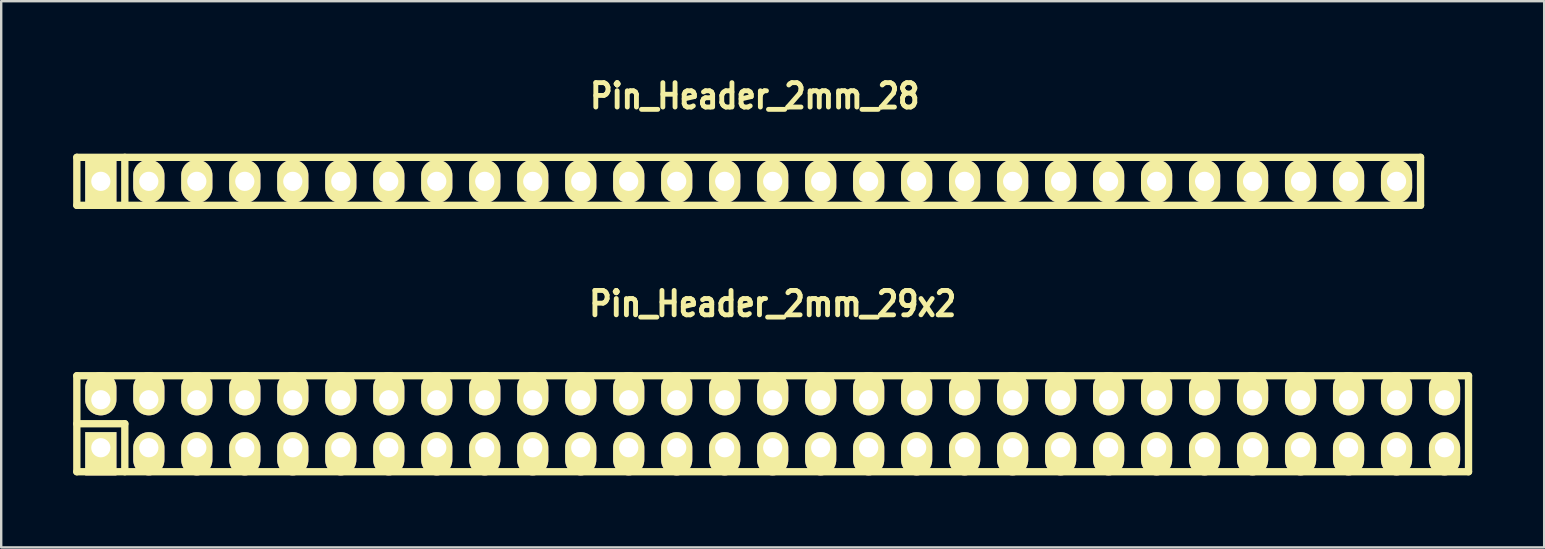
<source format=kicad_pcb>
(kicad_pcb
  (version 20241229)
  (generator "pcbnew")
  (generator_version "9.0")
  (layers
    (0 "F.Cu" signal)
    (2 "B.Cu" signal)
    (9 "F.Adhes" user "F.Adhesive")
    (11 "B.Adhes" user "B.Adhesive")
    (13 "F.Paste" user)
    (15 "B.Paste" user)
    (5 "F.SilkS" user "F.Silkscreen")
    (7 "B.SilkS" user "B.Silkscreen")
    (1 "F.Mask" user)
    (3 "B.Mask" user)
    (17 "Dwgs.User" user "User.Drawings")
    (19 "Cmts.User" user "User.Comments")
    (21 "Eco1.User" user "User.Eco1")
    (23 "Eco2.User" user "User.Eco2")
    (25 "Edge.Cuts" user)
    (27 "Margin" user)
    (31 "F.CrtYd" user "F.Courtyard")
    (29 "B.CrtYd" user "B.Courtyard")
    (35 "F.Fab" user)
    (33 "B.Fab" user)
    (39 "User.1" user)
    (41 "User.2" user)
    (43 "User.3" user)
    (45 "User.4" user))
  (footprint "Pin_Header_2mm_29x2"
    (layer "F.Cu")
    (at 29.152 14.61)
    (property "Reference" "Pin_Header_2mm_29x2" (at 0 -5 0) (layer "F.SilkS") (effects (font (size 1.016 0.889) (thickness 0.203))))
    (attr through_hole)
    (fp_line (start -29 -2) (end 29 -2) (stroke (width 0.305) (type solid)) (layer "F.SilkS"))
    (fp_line (start -29 0) (end -27 0) (stroke (width 0.305) (type solid)) (layer "F.SilkS"))
    (fp_line (start -29 2) (end -29 -2) (stroke (width 0.305) (type solid)) (layer "F.SilkS"))
    (fp_line (start -27 0) (end -27 2) (stroke (width 0.305) (type solid)) (layer "F.SilkS"))
    (fp_line (start 29 -2) (end 29 2) (stroke (width 0.305) (type solid)) (layer "F.SilkS"))
    (fp_line (start 29 2) (end -29 2) (stroke (width 0.305) (type solid)) (layer "F.SilkS"))
    (pad "1" thru_hole rect (at -28 1) (size 1.3 1.8) (drill 0.8 (offset 0 0.25)) (layers "*.Cu" "*.Mask" "F.SilkS"))
    (pad "2" thru_hole oval (at -28 -1) (size 1.3 1.8) (drill 0.8 (offset 0 -0.25)) (layers "*.Cu" "*.Mask" "F.SilkS"))
    (pad "3" thru_hole oval (at -26 1) (size 1.3 1.8) (drill 0.8 (offset 0 0.25)) (layers "*.Cu" "*.Mask" "F.SilkS"))
    (pad "4" thru_hole oval (at -26 -1) (size 1.3 1.8) (drill 0.8 (offset 0 -0.25)) (layers "*.Cu" "*.Mask" "F.SilkS"))
    (pad "5" thru_hole oval (at -24 1) (size 1.3 1.8) (drill 0.8 (offset 0 0.25)) (layers "*.Cu" "*.Mask" "F.SilkS"))
    (pad "6" thru_hole oval (at -24 -1) (size 1.3 1.8) (drill 0.8 (offset 0 -0.25)) (layers "*.Cu" "*.Mask" "F.SilkS"))
    (pad "7" thru_hole oval (at -22 1) (size 1.3 1.8) (drill 0.8 (offset 0 0.25)) (layers "*.Cu" "*.Mask" "F.SilkS"))
    (pad "8" thru_hole oval (at -22 -1) (size 1.3 1.8) (drill 0.8 (offset 0 -0.25)) (layers "*.Cu" "*.Mask" "F.SilkS"))
    (pad "9" thru_hole oval (at -20 1) (size 1.3 1.8) (drill 0.8 (offset 0 0.25)) (layers "*.Cu" "*.Mask" "F.SilkS"))
    (pad "10" thru_hole oval (at -20 -1) (size 1.3 1.8) (drill 0.8 (offset 0 -0.25)) (layers "*.Cu" "*.Mask" "F.SilkS"))
    (pad "11" thru_hole oval (at -18 1) (size 1.3 1.8) (drill 0.8 (offset 0 0.25)) (layers "*.Cu" "*.Mask" "F.SilkS"))
    (pad "12" thru_hole oval (at -18 -1) (size 1.3 1.8) (drill 0.8 (offset 0 -0.25)) (layers "*.Cu" "*.Mask" "F.SilkS"))
    (pad "13" thru_hole oval (at -16 1) (size 1.3 1.8) (drill 0.8 (offset 0 0.25)) (layers "*.Cu" "*.Mask" "F.SilkS"))
    (pad "14" thru_hole oval (at -16 -1) (size 1.3 1.8) (drill 0.8 (offset 0 -0.25)) (layers "*.Cu" "*.Mask" "F.SilkS"))
    (pad "15" thru_hole oval (at -14 1) (size 1.3 1.8) (drill 0.8 (offset 0 0.25)) (layers "*.Cu" "*.Mask" "F.SilkS"))
    (pad "16" thru_hole oval (at -14 -1) (size 1.3 1.8) (drill 0.8 (offset 0 -0.25)) (layers "*.Cu" "*.Mask" "F.SilkS"))
    (pad "17" thru_hole oval (at -12 1) (size 1.3 1.8) (drill 0.8 (offset 0 0.25)) (layers "*.Cu" "*.Mask" "F.SilkS"))
    (pad "18" thru_hole oval (at -12 -1) (size 1.3 1.8) (drill 0.8 (offset 0 -0.25)) (layers "*.Cu" "*.Mask" "F.SilkS"))
    (pad "19" thru_hole oval (at -10 1) (size 1.3 1.8) (drill 0.8 (offset 0 0.25)) (layers "*.Cu" "*.Mask" "F.SilkS"))
    (pad "20" thru_hole oval (at -10 -1) (size 1.3 1.8) (drill 0.8 (offset 0 -0.25)) (layers "*.Cu" "*.Mask" "F.SilkS"))
    (pad "21" thru_hole oval (at -8 1) (size 1.3 1.8) (drill 0.8 (offset 0 0.25)) (layers "*.Cu" "*.Mask" "F.SilkS"))
    (pad "22" thru_hole oval (at -8 -1) (size 1.3 1.8) (drill 0.8 (offset 0 -0.25)) (layers "*.Cu" "*.Mask" "F.SilkS"))
    (pad "23" thru_hole oval (at -6 1) (size 1.3 1.8) (drill 0.8 (offset 0 0.25)) (layers "*.Cu" "*.Mask" "F.SilkS"))
    (pad "24" thru_hole oval (at -6 -1) (size 1.3 1.8) (drill 0.8 (offset 0 -0.25)) (layers "*.Cu" "*.Mask" "F.SilkS"))
    (pad "25" thru_hole oval (at -4 1) (size 1.3 1.8) (drill 0.8 (offset 0 0.25)) (layers "*.Cu" "*.Mask" "F.SilkS"))
    (pad "26" thru_hole oval (at -4 -1) (size 1.3 1.8) (drill 0.8 (offset 0 -0.25)) (layers "*.Cu" "*.Mask" "F.SilkS"))
    (pad "27" thru_hole oval (at -2 1) (size 1.3 1.8) (drill 0.8 (offset 0 0.25)) (layers "*.Cu" "*.Mask" "F.SilkS"))
    (pad "28" thru_hole oval (at -2 -1) (size 1.3 1.8) (drill 0.8 (offset 0 -0.25)) (layers "*.Cu" "*.Mask" "F.SilkS"))
    (pad "29" thru_hole oval (at 0 1) (size 1.3 1.8) (drill 0.8 (offset 0 0.25)) (layers "*.Cu" "*.Mask" "F.SilkS"))
    (pad "30" thru_hole oval (at 0 -1) (size 1.3 1.8) (drill 0.8 (offset 0 -0.25)) (layers "*.Cu" "*.Mask" "F.SilkS"))
    (pad "31" thru_hole oval (at 2 1) (size 1.3 1.8) (drill 0.8 (offset 0 0.25)) (layers "*.Cu" "*.Mask" "F.SilkS"))
    (pad "32" thru_hole oval (at 2 -1) (size 1.3 1.8) (drill 0.8 (offset 0 -0.25)) (layers "*.Cu" "*.Mask" "F.SilkS"))
    (pad "33" thru_hole oval (at 4 1) (size 1.3 1.8) (drill 0.8 (offset 0 0.25)) (layers "*.Cu" "*.Mask" "F.SilkS"))
    (pad "34" thru_hole oval (at 4 -1) (size 1.3 1.8) (drill 0.8 (offset 0 -0.25)) (layers "*.Cu" "*.Mask" "F.SilkS"))
    (pad "35" thru_hole oval (at 6 1) (size 1.3 1.8) (drill 0.8 (offset 0 0.25)) (layers "*.Cu" "*.Mask" "F.SilkS"))
    (pad "36" thru_hole oval (at 6 -1) (size 1.3 1.8) (drill 0.8 (offset 0 -0.25)) (layers "*.Cu" "*.Mask" "F.SilkS"))
    (pad "37" thru_hole oval (at 8 1) (size 1.3 1.8) (drill 0.8 (offset 0 0.25)) (layers "*.Cu" "*.Mask" "F.SilkS"))
    (pad "38" thru_hole oval (at 8 -1) (size 1.3 1.8) (drill 0.8 (offset 0 -0.25)) (layers "*.Cu" "*.Mask" "F.SilkS"))
    (pad "39" thru_hole oval (at 10 1) (size 1.3 1.8) (drill 0.8 (offset 0 0.25)) (layers "*.Cu" "*.Mask" "F.SilkS"))
    (pad "40" thru_hole oval (at 10 -1) (size 1.3 1.8) (drill 0.8 (offset 0 -0.25)) (layers "*.Cu" "*.Mask" "F.SilkS"))
    (pad "41" thru_hole oval (at 12 1) (size 1.3 1.8) (drill 0.8 (offset 0 0.25)) (layers "*.Cu" "*.Mask" "F.SilkS"))
    (pad "42" thru_hole oval (at 12 -1) (size 1.3 1.8) (drill 0.8 (offset 0 -0.25)) (layers "*.Cu" "*.Mask" "F.SilkS"))
    (pad "43" thru_hole oval (at 14 1) (size 1.3 1.8) (drill 0.8 (offset 0 0.25)) (layers "*.Cu" "*.Mask" "F.SilkS"))
    (pad "44" thru_hole oval (at 14 -1) (size 1.3 1.8) (drill 0.8 (offset 0 -0.25)) (layers "*.Cu" "*.Mask" "F.SilkS"))
    (pad "45" thru_hole oval (at 16 1) (size 1.3 1.8) (drill 0.8 (offset 0 0.25)) (layers "*.Cu" "*.Mask" "F.SilkS"))
    (pad "46" thru_hole oval (at 16 -1) (size 1.3 1.8) (drill 0.8 (offset 0 -0.25)) (layers "*.Cu" "*.Mask" "F.SilkS"))
    (pad "47" thru_hole oval (at 18 1) (size 1.3 1.8) (drill 0.8 (offset 0 0.25)) (layers "*.Cu" "*.Mask" "F.SilkS"))
    (pad "48" thru_hole oval (at 18 -1) (size 1.3 1.8) (drill 0.8 (offset 0 -0.25)) (layers "*.Cu" "*.Mask" "F.SilkS"))
    (pad "49" thru_hole oval (at 20 1) (size 1.3 1.8) (drill 0.8 (offset 0 0.25)) (layers "*.Cu" "*.Mask" "F.SilkS"))
    (pad "50" thru_hole oval (at 20 -1) (size 1.3 1.8) (drill 0.8 (offset 0 -0.25)) (layers "*.Cu" "*.Mask" "F.SilkS"))
    (pad "51" thru_hole oval (at 22 1) (size 1.3 1.8) (drill 0.8 (offset 0 0.25)) (layers "*.Cu" "*.Mask" "F.SilkS"))
    (pad "52" thru_hole oval (at 22 -1) (size 1.3 1.8) (drill 0.8 (offset 0 -0.25)) (layers "*.Cu" "*.Mask" "F.SilkS"))
    (pad "53" thru_hole oval (at 24 1) (size 1.3 1.8) (drill 0.8 (offset 0 0.25)) (layers "*.Cu" "*.Mask" "F.SilkS"))
    (pad "54" thru_hole oval (at 24 -1) (size 1.3 1.8) (drill 0.8 (offset 0 -0.25)) (layers "*.Cu" "*.Mask" "F.SilkS"))
    (pad "55" thru_hole oval (at 26 1) (size 1.3 1.8) (drill 0.8 (offset 0 0.25)) (layers "*.Cu" "*.Mask" "F.SilkS"))
    (pad "56" thru_hole oval (at 26 -1) (size 1.3 1.8) (drill 0.8 (offset 0 -0.25)) (layers "*.Cu" "*.Mask" "F.SilkS"))
    (pad "57" thru_hole oval (at 28 1) (size 1.3 1.8) (drill 0.8 (offset 0 0.25)) (layers "*.Cu" "*.Mask" "F.SilkS"))
    (pad "58" thru_hole oval (at 28 -1) (size 1.3 1.8) (drill 0.8 (offset 0 -0.25)) (layers "*.Cu" "*.Mask" "F.SilkS")))
  (footprint "Pin_Header_2mm_28"
    (layer "F.Cu")
    (at 28.152 4.507)
    (property "Reference" "Pin_Header_2mm_28" (at 0.254 -3.556 0) (layer "F.SilkS") (effects (font (size 1.016 0.889) (thickness 0.203))))
    (attr through_hole)
    (fp_line (start -28 -1) (end 28 -1) (stroke (width 0.305) (type solid)) (layer "F.SilkS"))
    (fp_line (start -28 1) (end -28 -1) (stroke (width 0.305) (type solid)) (layer "F.SilkS"))
    (fp_line (start -26 -1) (end -26 1) (stroke (width 0.305) (type solid)) (layer "F.SilkS"))
    (fp_line (start 28 -1) (end 28 1) (stroke (width 0.305) (type solid)) (layer "F.SilkS"))
    (fp_line (start 28 1) (end -28 1) (stroke (width 0.305) (type solid)) (layer "F.SilkS"))
    (pad "1" thru_hole rect (at -27 0) (size 1.3 1.8) (drill 0.8) (layers "*.Cu" "*.Mask" "F.SilkS"))
    (pad "2" thru_hole oval (at -25 0) (size 1.3 1.8) (drill 0.8) (layers "*.Cu" "*.Mask" "F.SilkS"))
    (pad "3" thru_hole oval (at -23 0) (size 1.3 1.8) (drill 0.8) (layers "*.Cu" "*.Mask" "F.SilkS"))
    (pad "4" thru_hole oval (at -21 0) (size 1.3 1.8) (drill 0.8) (layers "*.Cu" "*.Mask" "F.SilkS"))
    (pad "5" thru_hole oval (at -19 0) (size 1.3 1.8) (drill 0.8) (layers "*.Cu" "*.Mask" "F.SilkS"))
    (pad "6" thru_hole oval (at -17 0) (size 1.3 1.8) (drill 0.8) (layers "*.Cu" "*.Mask" "F.SilkS"))
    (pad "7" thru_hole oval (at -15 0) (size 1.3 1.8) (drill 0.8) (layers "*.Cu" "*.Mask" "F.SilkS"))
    (pad "8" thru_hole oval (at -13 0) (size 1.3 1.8) (drill 0.8) (layers "*.Cu" "*.Mask" "F.SilkS"))
    (pad "9" thru_hole oval (at -11 0) (size 1.3 1.8) (drill 0.8) (layers "*.Cu" "*.Mask" "F.SilkS"))
    (pad "10" thru_hole oval (at -9 0) (size 1.3 1.8) (drill 0.8) (layers "*.Cu" "*.Mask" "F.SilkS"))
    (pad "11" thru_hole oval (at -7 0) (size 1.3 1.8) (drill 0.8) (layers "*.Cu" "*.Mask" "F.SilkS"))
    (pad "12" thru_hole oval (at -5 0) (size 1.3 1.8) (drill 0.8) (layers "*.Cu" "*.Mask" "F.SilkS"))
    (pad "13" thru_hole oval (at -3 0) (size 1.3 1.8) (drill 0.8) (layers "*.Cu" "*.Mask" "F.SilkS"))
    (pad "14" thru_hole oval (at -1 0) (size 1.3 1.8) (drill 0.8) (layers "*.Cu" "*.Mask" "F.SilkS"))
    (pad "15" thru_hole oval (at 1 0) (size 1.3 1.8) (drill 0.8) (layers "*.Cu" "*.Mask" "F.SilkS"))
    (pad "16" thru_hole oval (at 3 0) (size 1.3 1.8) (drill 0.8) (layers "*.Cu" "*.Mask" "F.SilkS"))
    (pad "17" thru_hole oval (at 5 0) (size 1.3 1.8) (drill 0.8) (layers "*.Cu" "*.Mask" "F.SilkS"))
    (pad "18" thru_hole oval (at 7 0) (size 1.3 1.8) (drill 0.8) (layers "*.Cu" "*.Mask" "F.SilkS"))
    (pad "19" thru_hole oval (at 9 0) (size 1.3 1.8) (drill 0.8) (layers "*.Cu" "*.Mask" "F.SilkS"))
    (pad "20" thru_hole oval (at 11 0) (size 1.3 1.8) (drill 0.8) (layers "*.Cu" "*.Mask" "F.SilkS"))
    (pad "21" thru_hole oval (at 13 0) (size 1.3 1.8) (drill 0.8) (layers "*.Cu" "*.Mask" "F.SilkS"))
    (pad "22" thru_hole oval (at 15 0) (size 1.3 1.8) (drill 0.8) (layers "*.Cu" "*.Mask" "F.SilkS"))
    (pad "23" thru_hole oval (at 17 0) (size 1.3 1.8) (drill 0.8) (layers "*.Cu" "*.Mask" "F.SilkS"))
    (pad "24" thru_hole oval (at 19 0) (size 1.3 1.8) (drill 0.8) (layers "*.Cu" "*.Mask" "F.SilkS"))
    (pad "25" thru_hole oval (at 21 0) (size 1.3 1.8) (drill 0.8) (layers "*.Cu" "*.Mask" "F.SilkS"))
    (pad "26" thru_hole oval (at 23 0) (size 1.3 1.8) (drill 0.8) (layers "*.Cu" "*.Mask" "F.SilkS"))
    (pad "27" thru_hole oval (at 25 0) (size 1.3 1.8) (drill 0.8) (layers "*.Cu" "*.Mask" "F.SilkS"))
    (pad "28" thru_hole oval (at 27 0) (size 1.3 1.8) (drill 0.8) (layers "*.Cu" "*.Mask" "F.SilkS")))
  (gr_rect
    (start -3 -3)
    (end 61.305 19.763)
    (stroke (width 0.1) (type default))
    (fill no)
    (layer "Edge.Cuts")))
</source>
